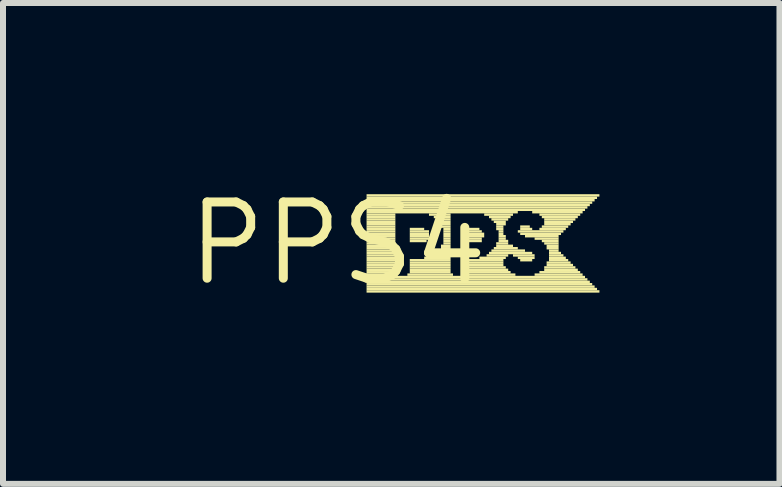
<source format=kicad_pcb>
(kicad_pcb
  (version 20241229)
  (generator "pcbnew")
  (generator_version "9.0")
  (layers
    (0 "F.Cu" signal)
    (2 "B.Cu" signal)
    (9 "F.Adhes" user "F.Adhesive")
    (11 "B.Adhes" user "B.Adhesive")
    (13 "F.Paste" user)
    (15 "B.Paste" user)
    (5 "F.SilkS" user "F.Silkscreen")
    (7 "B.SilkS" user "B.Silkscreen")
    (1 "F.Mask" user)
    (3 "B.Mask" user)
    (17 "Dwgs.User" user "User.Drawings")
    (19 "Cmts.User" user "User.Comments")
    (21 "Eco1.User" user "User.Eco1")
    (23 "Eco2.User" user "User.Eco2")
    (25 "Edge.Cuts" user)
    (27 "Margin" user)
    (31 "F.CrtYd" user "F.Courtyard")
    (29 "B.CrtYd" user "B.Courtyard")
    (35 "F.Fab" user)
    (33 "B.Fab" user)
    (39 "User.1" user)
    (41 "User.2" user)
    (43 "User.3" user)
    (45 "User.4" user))
  (footprint "PPS4"
    (layer "F.Cu")
    (at 2.578 1.006)
    (property "Reference" "PPS4" (at 0 0 0) (layer "F.SilkS") (effects (font (size 1.27 1.27) (thickness 0.15))))
    (fp_poly (pts (xy 0.48 -0.78) (xy 4.36 -0.78) (xy 4.36 -0.82) (xy 0.48 -0.82)) (stroke (width 0) (type default)) (fill yes) (layer "F.SilkS"))
    (fp_poly (pts (xy 0.48 -0.74) (xy 4.32 -0.74) (xy 4.32 -0.78) (xy 0.48 -0.78)) (stroke (width 0) (type default)) (fill yes) (layer "F.SilkS"))
    (fp_poly (pts (xy 0.48 -0.7) (xy 4.28 -0.7) (xy 4.28 -0.74) (xy 0.48 -0.74)) (stroke (width 0) (type default)) (fill yes) (layer "F.SilkS"))
    (fp_poly (pts (xy 0.48 -0.66) (xy 4.24 -0.66) (xy 4.24 -0.7) (xy 0.48 -0.7)) (stroke (width 0) (type default)) (fill yes) (layer "F.SilkS"))
    (fp_poly (pts (xy 0.48 -0.62) (xy 4.2 -0.62) (xy 4.2 -0.66) (xy 0.48 -0.66)) (stroke (width 0) (type default)) (fill yes) (layer "F.SilkS"))
    (fp_poly (pts (xy 0.48 -0.58) (xy 4.16 -0.58) (xy 4.16 -0.62) (xy 0.48 -0.62)) (stroke (width 0) (type default)) (fill yes) (layer "F.SilkS"))
    (fp_poly (pts (xy 0.48 -0.54) (xy 4.12 -0.54) (xy 4.12 -0.58) (xy 0.48 -0.58)) (stroke (width 0) (type default)) (fill yes) (layer "F.SilkS"))
    (fp_poly (pts (xy 0.48 -0.5) (xy 3 -0.5) (xy 3 -0.54) (xy 0.48 -0.54)) (stroke (width 0) (type default)) (fill yes) (layer "F.SilkS"))
    (fp_poly (pts (xy 0.48 -0.46) (xy 0.96 -0.46) (xy 0.96 -0.5) (xy 0.48 -0.5)) (stroke (width 0) (type default)) (fill yes) (layer "F.SilkS"))
    (fp_poly (pts (xy 0.48 -0.42) (xy 0.96 -0.42) (xy 0.96 -0.46) (xy 0.48 -0.46)) (stroke (width 0) (type default)) (fill yes) (layer "F.SilkS"))
    (fp_poly (pts (xy 0.48 -0.38) (xy 0.96 -0.38) (xy 0.96 -0.42) (xy 0.48 -0.42)) (stroke (width 0) (type default)) (fill yes) (layer "F.SilkS"))
    (fp_poly (pts (xy 0.48 -0.34) (xy 0.96 -0.34) (xy 0.96 -0.38) (xy 0.48 -0.38)) (stroke (width 0) (type default)) (fill yes) (layer "F.SilkS"))
    (fp_poly (pts (xy 0.48 -0.3) (xy 0.96 -0.3) (xy 0.96 -0.34) (xy 0.48 -0.34)) (stroke (width 0) (type default)) (fill yes) (layer "F.SilkS"))
    (fp_poly (pts (xy 0.48 -0.26) (xy 0.96 -0.26) (xy 0.96 -0.3) (xy 0.48 -0.3)) (stroke (width 0) (type default)) (fill yes) (layer "F.SilkS"))
    (fp_poly (pts (xy 0.48 -0.22) (xy 0.96 -0.22) (xy 0.96 -0.26) (xy 0.48 -0.26)) (stroke (width 0) (type default)) (fill yes) (layer "F.SilkS"))
    (fp_poly (pts (xy 0.48 -0.18) (xy 0.96 -0.18) (xy 0.96 -0.22) (xy 0.48 -0.22)) (stroke (width 0) (type default)) (fill yes) (layer "F.SilkS"))
    (fp_poly (pts (xy 0.48 -0.14) (xy 0.96 -0.14) (xy 0.96 -0.18) (xy 0.48 -0.18)) (stroke (width 0) (type default)) (fill yes) (layer "F.SilkS"))
    (fp_poly (pts (xy 0.48 -0.1) (xy 0.96 -0.1) (xy 0.96 -0.14) (xy 0.48 -0.14)) (stroke (width 0) (type default)) (fill yes) (layer "F.SilkS"))
    (fp_poly (pts (xy 0.48 -0.06) (xy 0.96 -0.06) (xy 0.96 -0.1) (xy 0.48 -0.1)) (stroke (width 0) (type default)) (fill yes) (layer "F.SilkS"))
    (fp_poly (pts (xy 0.48 -0.02) (xy 0.96 -0.02) (xy 0.96 -0.06) (xy 0.48 -0.06)) (stroke (width 0) (type default)) (fill yes) (layer "F.SilkS"))
    (fp_poly (pts (xy 0.48 0.02) (xy 0.96 0.02) (xy 0.96 -0.02) (xy 0.48 -0.02)) (stroke (width 0) (type default)) (fill yes) (layer "F.SilkS"))
    (fp_poly (pts (xy 0.48 0.06) (xy 0.96 0.06) (xy 0.96 0.02) (xy 0.48 0.02)) (stroke (width 0) (type default)) (fill yes) (layer "F.SilkS"))
    (fp_poly (pts (xy 0.48 0.1) (xy 0.96 0.1) (xy 0.96 0.06) (xy 0.48 0.06)) (stroke (width 0) (type default)) (fill yes) (layer "F.SilkS"))
    (fp_poly (pts (xy 0.48 0.14) (xy 0.96 0.14) (xy 0.96 0.1) (xy 0.48 0.1)) (stroke (width 0) (type default)) (fill yes) (layer "F.SilkS"))
    (fp_poly (pts (xy 0.48 0.18) (xy 0.96 0.18) (xy 0.96 0.14) (xy 0.48 0.14)) (stroke (width 0) (type default)) (fill yes) (layer "F.SilkS"))
    (fp_poly (pts (xy 0.48 0.22) (xy 0.96 0.22) (xy 0.96 0.18) (xy 0.48 0.18)) (stroke (width 0) (type default)) (fill yes) (layer "F.SilkS"))
    (fp_poly (pts (xy 0.48 0.26) (xy 0.96 0.26) (xy 0.96 0.22) (xy 0.48 0.22)) (stroke (width 0) (type default)) (fill yes) (layer "F.SilkS"))
    (fp_poly (pts (xy 0.48 0.3) (xy 0.96 0.3) (xy 0.96 0.26) (xy 0.48 0.26)) (stroke (width 0) (type default)) (fill yes) (layer "F.SilkS"))
    (fp_poly (pts (xy 0.48 0.34) (xy 0.96 0.34) (xy 0.96 0.3) (xy 0.48 0.3)) (stroke (width 0) (type default)) (fill yes) (layer "F.SilkS"))
    (fp_poly (pts (xy 0.48 0.38) (xy 0.96 0.38) (xy 0.96 0.34) (xy 0.48 0.34)) (stroke (width 0) (type default)) (fill yes) (layer "F.SilkS"))
    (fp_poly (pts (xy 0.48 0.42) (xy 0.96 0.42) (xy 0.96 0.38) (xy 0.48 0.38)) (stroke (width 0) (type default)) (fill yes) (layer "F.SilkS"))
    (fp_poly (pts (xy 0.48 0.46) (xy 0.96 0.46) (xy 0.96 0.42) (xy 0.48 0.42)) (stroke (width 0) (type default)) (fill yes) (layer "F.SilkS"))
    (fp_poly (pts (xy 0.48 0.5) (xy 0.96 0.5) (xy 0.96 0.46) (xy 0.48 0.46)) (stroke (width 0) (type default)) (fill yes) (layer "F.SilkS"))
    (fp_poly (pts (xy 0.48 0.54) (xy 1 0.54) (xy 1 0.5) (xy 0.48 0.5)) (stroke (width 0) (type default)) (fill yes) (layer "F.SilkS"))
    (fp_poly (pts (xy 0.48 0.58) (xy 4.12 0.58) (xy 4.12 0.54) (xy 0.48 0.54)) (stroke (width 0) (type default)) (fill yes) (layer "F.SilkS"))
    (fp_poly (pts (xy 0.48 0.62) (xy 4.16 0.62) (xy 4.16 0.58) (xy 0.48 0.58)) (stroke (width 0) (type default)) (fill yes) (layer "F.SilkS"))
    (fp_poly (pts (xy 0.48 0.66) (xy 4.2 0.66) (xy 4.2 0.62) (xy 0.48 0.62)) (stroke (width 0) (type default)) (fill yes) (layer "F.SilkS"))
    (fp_poly (pts (xy 0.48 0.7) (xy 4.24 0.7) (xy 4.24 0.66) (xy 0.48 0.66)) (stroke (width 0) (type default)) (fill yes) (layer "F.SilkS"))
    (fp_poly (pts (xy 0.48 0.74) (xy 4.28 0.74) (xy 4.28 0.7) (xy 0.48 0.7)) (stroke (width 0) (type default)) (fill yes) (layer "F.SilkS"))
    (fp_poly (pts (xy 0.48 0.78) (xy 4.32 0.78) (xy 4.32 0.74) (xy 0.48 0.74)) (stroke (width 0) (type default)) (fill yes) (layer "F.SilkS"))
    (fp_poly (pts (xy 0.48 0.82) (xy 4.36 0.82) (xy 4.36 0.78) (xy 0.48 0.78)) (stroke (width 0) (type default)) (fill yes) (layer "F.SilkS"))
    (fp_poly (pts (xy 1.16 0.54) (xy 1.92 0.54) (xy 1.92 0.5) (xy 1.16 0.5)) (stroke (width 0) (type default)) (fill yes) (layer "F.SilkS"))
    (fp_poly (pts (xy 1.2 -0.22) (xy 1.44 -0.22) (xy 1.44 -0.26) (xy 1.2 -0.26)) (stroke (width 0) (type default)) (fill yes) (layer "F.SilkS"))
    (fp_poly (pts (xy 1.2 -0.18) (xy 1.52 -0.18) (xy 1.52 -0.22) (xy 1.2 -0.22)) (stroke (width 0) (type default)) (fill yes) (layer "F.SilkS"))
    (fp_poly (pts (xy 1.2 -0.14) (xy 1.52 -0.14) (xy 1.52 -0.18) (xy 1.2 -0.18)) (stroke (width 0) (type default)) (fill yes) (layer "F.SilkS"))
    (fp_poly (pts (xy 1.2 -0.1) (xy 1.52 -0.1) (xy 1.52 -0.14) (xy 1.2 -0.14)) (stroke (width 0) (type default)) (fill yes) (layer "F.SilkS"))
    (fp_poly (pts (xy 1.2 -0.06) (xy 1.52 -0.06) (xy 1.52 -0.1) (xy 1.2 -0.1)) (stroke (width 0) (type default)) (fill yes) (layer "F.SilkS"))
    (fp_poly (pts (xy 1.2 -0.02) (xy 1.48 -0.02) (xy 1.48 -0.06) (xy 1.2 -0.06)) (stroke (width 0) (type default)) (fill yes) (layer "F.SilkS"))
    (fp_poly (pts (xy 1.2 0.3) (xy 1.88 0.3) (xy 1.88 0.26) (xy 1.2 0.26)) (stroke (width 0) (type default)) (fill yes) (layer "F.SilkS"))
    (fp_poly (pts (xy 1.2 0.34) (xy 1.88 0.34) (xy 1.88 0.3) (xy 1.2 0.3)) (stroke (width 0) (type default)) (fill yes) (layer "F.SilkS"))
    (fp_poly (pts (xy 1.2 0.38) (xy 1.88 0.38) (xy 1.88 0.34) (xy 1.2 0.34)) (stroke (width 0) (type default)) (fill yes) (layer "F.SilkS"))
    (fp_poly (pts (xy 1.2 0.42) (xy 1.88 0.42) (xy 1.88 0.38) (xy 1.2 0.38)) (stroke (width 0) (type default)) (fill yes) (layer "F.SilkS"))
    (fp_poly (pts (xy 1.2 0.46) (xy 1.88 0.46) (xy 1.88 0.42) (xy 1.2 0.42)) (stroke (width 0) (type default)) (fill yes) (layer "F.SilkS"))
    (fp_poly (pts (xy 1.2 0.5) (xy 1.88 0.5) (xy 1.88 0.46) (xy 1.2 0.46)) (stroke (width 0) (type default)) (fill yes) (layer "F.SilkS"))
    (fp_poly (pts (xy 1.44 0.26) (xy 1.88 0.26) (xy 1.88 0.22) (xy 1.44 0.22)) (stroke (width 0) (type default)) (fill yes) (layer "F.SilkS"))
    (fp_poly (pts (xy 1.52 -0.46) (xy 1.88 -0.46) (xy 1.88 -0.5) (xy 1.52 -0.5)) (stroke (width 0) (type default)) (fill yes) (layer "F.SilkS"))
    (fp_poly (pts (xy 1.56 0.22) (xy 1.88 0.22) (xy 1.88 0.18) (xy 1.56 0.18)) (stroke (width 0) (type default)) (fill yes) (layer "F.SilkS"))
    (fp_poly (pts (xy 1.6 -0.42) (xy 1.88 -0.42) (xy 1.88 -0.46) (xy 1.6 -0.46)) (stroke (width 0) (type default)) (fill yes) (layer "F.SilkS"))
    (fp_poly (pts (xy 1.64 -0.38) (xy 1.88 -0.38) (xy 1.88 -0.42) (xy 1.64 -0.42)) (stroke (width 0) (type default)) (fill yes) (layer "F.SilkS"))
    (fp_poly (pts (xy 1.64 0.18) (xy 1.88 0.18) (xy 1.88 0.14) (xy 1.64 0.14)) (stroke (width 0) (type default)) (fill yes) (layer "F.SilkS"))
    (fp_poly (pts (xy 1.68 -0.34) (xy 1.88 -0.34) (xy 1.88 -0.38) (xy 1.68 -0.38)) (stroke (width 0) (type default)) (fill yes) (layer "F.SilkS"))
    (fp_poly (pts (xy 1.68 0.14) (xy 1.88 0.14) (xy 1.88 0.1) (xy 1.68 0.1)) (stroke (width 0) (type default)) (fill yes) (layer "F.SilkS"))
    (fp_poly (pts (xy 1.72 -0.3) (xy 1.88 -0.3) (xy 1.88 -0.34) (xy 1.72 -0.34)) (stroke (width 0) (type default)) (fill yes) (layer "F.SilkS"))
    (fp_poly (pts (xy 1.72 -0.26) (xy 1.88 -0.26) (xy 1.88 -0.3) (xy 1.72 -0.3)) (stroke (width 0) (type default)) (fill yes) (layer "F.SilkS"))
    (fp_poly (pts (xy 1.72 0.06) (xy 1.88 0.06) (xy 1.88 0.02) (xy 1.72 0.02)) (stroke (width 0) (type default)) (fill yes) (layer "F.SilkS"))
    (fp_poly (pts (xy 1.72 0.1) (xy 1.88 0.1) (xy 1.88 0.06) (xy 1.72 0.06)) (stroke (width 0) (type default)) (fill yes) (layer "F.SilkS"))
    (fp_poly (pts (xy 1.76 -0.22) (xy 1.88 -0.22) (xy 1.88 -0.26) (xy 1.76 -0.26)) (stroke (width 0) (type default)) (fill yes) (layer "F.SilkS"))
    (fp_poly (pts (xy 1.76 -0.18) (xy 1.88 -0.18) (xy 1.88 -0.22) (xy 1.76 -0.22)) (stroke (width 0) (type default)) (fill yes) (layer "F.SilkS"))
    (fp_poly (pts (xy 1.76 -0.14) (xy 1.88 -0.14) (xy 1.88 -0.18) (xy 1.76 -0.18)) (stroke (width 0) (type default)) (fill yes) (layer "F.SilkS"))
    (fp_poly (pts (xy 1.76 -0.1) (xy 1.88 -0.1) (xy 1.88 -0.14) (xy 1.76 -0.14)) (stroke (width 0) (type default)) (fill yes) (layer "F.SilkS"))
    (fp_poly (pts (xy 1.76 -0.06) (xy 1.88 -0.06) (xy 1.88 -0.1) (xy 1.76 -0.1)) (stroke (width 0) (type default)) (fill yes) (layer "F.SilkS"))
    (fp_poly (pts (xy 1.76 -0.02) (xy 1.88 -0.02) (xy 1.88 -0.06) (xy 1.76 -0.06)) (stroke (width 0) (type default)) (fill yes) (layer "F.SilkS"))
    (fp_poly (pts (xy 1.76 0.02) (xy 1.88 0.02) (xy 1.88 -0.02) (xy 1.76 -0.02)) (stroke (width 0) (type default)) (fill yes) (layer "F.SilkS"))
    (fp_poly (pts (xy 2.08 0.54) (xy 2.96 0.54) (xy 2.96 0.5) (xy 2.08 0.5)) (stroke (width 0) (type default)) (fill yes) (layer "F.SilkS"))
    (fp_poly (pts (xy 2.12 -0.22) (xy 2.36 -0.22) (xy 2.36 -0.26) (xy 2.12 -0.26)) (stroke (width 0) (type default)) (fill yes) (layer "F.SilkS"))
    (fp_poly (pts (xy 2.12 -0.18) (xy 2.4 -0.18) (xy 2.4 -0.22) (xy 2.12 -0.22)) (stroke (width 0) (type default)) (fill yes) (layer "F.SilkS"))
    (fp_poly (pts (xy 2.12 -0.14) (xy 2.44 -0.14) (xy 2.44 -0.18) (xy 2.12 -0.18)) (stroke (width 0) (type default)) (fill yes) (layer "F.SilkS"))
    (fp_poly (pts (xy 2.12 -0.1) (xy 2.44 -0.1) (xy 2.44 -0.14) (xy 2.12 -0.14)) (stroke (width 0) (type default)) (fill yes) (layer "F.SilkS"))
    (fp_poly (pts (xy 2.12 -0.06) (xy 2.4 -0.06) (xy 2.4 -0.1) (xy 2.12 -0.1)) (stroke (width 0) (type default)) (fill yes) (layer "F.SilkS"))
    (fp_poly (pts (xy 2.12 -0.02) (xy 2.4 -0.02) (xy 2.4 -0.06) (xy 2.12 -0.06)) (stroke (width 0) (type default)) (fill yes) (layer "F.SilkS"))
    (fp_poly (pts (xy 2.12 0.3) (xy 2.76 0.3) (xy 2.76 0.26) (xy 2.12 0.26)) (stroke (width 0) (type default)) (fill yes) (layer "F.SilkS"))
    (fp_poly (pts (xy 2.12 0.34) (xy 2.76 0.34) (xy 2.76 0.3) (xy 2.12 0.3)) (stroke (width 0) (type default)) (fill yes) (layer "F.SilkS"))
    (fp_poly (pts (xy 2.12 0.38) (xy 2.76 0.38) (xy 2.76 0.34) (xy 2.12 0.34)) (stroke (width 0) (type default)) (fill yes) (layer "F.SilkS"))
    (fp_poly (pts (xy 2.12 0.42) (xy 2.8 0.42) (xy 2.8 0.38) (xy 2.12 0.38)) (stroke (width 0) (type default)) (fill yes) (layer "F.SilkS"))
    (fp_poly (pts (xy 2.12 0.46) (xy 2.84 0.46) (xy 2.84 0.42) (xy 2.12 0.42)) (stroke (width 0) (type default)) (fill yes) (layer "F.SilkS"))
    (fp_poly (pts (xy 2.12 0.5) (xy 2.88 0.5) (xy 2.88 0.46) (xy 2.12 0.46)) (stroke (width 0) (type default)) (fill yes) (layer "F.SilkS"))
    (fp_poly (pts (xy 2.36 0.26) (xy 2.8 0.26) (xy 2.8 0.22) (xy 2.36 0.22)) (stroke (width 0) (type default)) (fill yes) (layer "F.SilkS"))
    (fp_poly (pts (xy 2.44 -0.46) (xy 2.92 -0.46) (xy 2.92 -0.5) (xy 2.44 -0.5)) (stroke (width 0) (type default)) (fill yes) (layer "F.SilkS"))
    (fp_poly (pts (xy 2.48 0.22) (xy 2.84 0.22) (xy 2.84 0.18) (xy 2.48 0.18)) (stroke (width 0) (type default)) (fill yes) (layer "F.SilkS"))
    (fp_poly (pts (xy 2.52 -0.42) (xy 2.88 -0.42) (xy 2.88 -0.46) (xy 2.52 -0.46)) (stroke (width 0) (type default)) (fill yes) (layer "F.SilkS"))
    (fp_poly (pts (xy 2.52 0.18) (xy 3.24 0.18) (xy 3.24 0.14) (xy 2.52 0.14)) (stroke (width 0) (type default)) (fill yes) (layer "F.SilkS"))
    (fp_poly (pts (xy 2.56 -0.38) (xy 2.84 -0.38) (xy 2.84 -0.42) (xy 2.56 -0.42)) (stroke (width 0) (type default)) (fill yes) (layer "F.SilkS"))
    (fp_poly (pts (xy 2.56 0.14) (xy 3.12 0.14) (xy 3.12 0.1) (xy 2.56 0.1)) (stroke (width 0) (type default)) (fill yes) (layer "F.SilkS"))
    (fp_poly (pts (xy 2.6 -0.34) (xy 2.8 -0.34) (xy 2.8 -0.38) (xy 2.6 -0.38)) (stroke (width 0) (type default)) (fill yes) (layer "F.SilkS"))
    (fp_poly (pts (xy 2.6 0.1) (xy 3 0.1) (xy 3 0.06) (xy 2.6 0.06)) (stroke (width 0) (type default)) (fill yes) (layer "F.SilkS"))
    (fp_poly (pts (xy 2.64 -0.3) (xy 2.8 -0.3) (xy 2.8 -0.34) (xy 2.64 -0.34)) (stroke (width 0) (type default)) (fill yes) (layer "F.SilkS"))
    (fp_poly (pts (xy 2.64 -0.26) (xy 2.76 -0.26) (xy 2.76 -0.3) (xy 2.64 -0.3)) (stroke (width 0) (type default)) (fill yes) (layer "F.SilkS"))
    (fp_poly (pts (xy 2.64 -0.22) (xy 2.76 -0.22) (xy 2.76 -0.26) (xy 2.64 -0.26)) (stroke (width 0) (type default)) (fill yes) (layer "F.SilkS"))
    (fp_poly (pts (xy 2.64 0.02) (xy 2.84 0.02) (xy 2.84 -0.02) (xy 2.64 -0.02)) (stroke (width 0) (type default)) (fill yes) (layer "F.SilkS"))
    (fp_poly (pts (xy 2.64 0.06) (xy 2.92 0.06) (xy 2.92 0.02) (xy 2.64 0.02)) (stroke (width 0) (type default)) (fill yes) (layer "F.SilkS"))
    (fp_poly (pts (xy 2.68 -0.18) (xy 2.76 -0.18) (xy 2.76 -0.22) (xy 2.68 -0.22)) (stroke (width 0) (type default)) (fill yes) (layer "F.SilkS"))
    (fp_poly (pts (xy 2.68 -0.14) (xy 2.76 -0.14) (xy 2.76 -0.18) (xy 2.68 -0.18)) (stroke (width 0) (type default)) (fill yes) (layer "F.SilkS"))
    (fp_poly (pts (xy 2.68 -0.1) (xy 2.8 -0.1) (xy 2.8 -0.14) (xy 2.68 -0.14)) (stroke (width 0) (type default)) (fill yes) (layer "F.SilkS"))
    (fp_poly (pts (xy 2.68 -0.06) (xy 2.8 -0.06) (xy 2.8 -0.1) (xy 2.68 -0.1)) (stroke (width 0) (type default)) (fill yes) (layer "F.SilkS"))
    (fp_poly (pts (xy 2.68 -0.02) (xy 2.84 -0.02) (xy 2.84 -0.06) (xy 2.68 -0.06)) (stroke (width 0) (type default)) (fill yes) (layer "F.SilkS"))
    (fp_poly (pts (xy 2.92 0.22) (xy 3.28 0.22) (xy 3.28 0.18) (xy 2.92 0.18)) (stroke (width 0) (type default)) (fill yes) (layer "F.SilkS"))
    (fp_poly (pts (xy 3 -0.18) (xy 3.76 -0.18) (xy 3.76 -0.22) (xy 3 -0.22)) (stroke (width 0) (type default)) (fill yes) (layer "F.SilkS"))
    (fp_poly (pts (xy 3 0.26) (xy 3.28 0.26) (xy 3.28 0.22) (xy 3 0.22)) (stroke (width 0) (type default)) (fill yes) (layer "F.SilkS"))
    (fp_poly (pts (xy 3.04 -0.26) (xy 3.2 -0.26) (xy 3.2 -0.3) (xy 3.04 -0.3)) (stroke (width 0) (type default)) (fill yes) (layer "F.SilkS"))
    (fp_poly (pts (xy 3.04 -0.22) (xy 3.24 -0.22) (xy 3.24 -0.26) (xy 3.04 -0.26)) (stroke (width 0) (type default)) (fill yes) (layer "F.SilkS"))
    (fp_poly (pts (xy 3.04 -0.14) (xy 3.72 -0.14) (xy 3.72 -0.18) (xy 3.04 -0.18)) (stroke (width 0) (type default)) (fill yes) (layer "F.SilkS"))
    (fp_poly (pts (xy 3.04 0.3) (xy 3.24 0.3) (xy 3.24 0.26) (xy 3.04 0.26)) (stroke (width 0) (type default)) (fill yes) (layer "F.SilkS"))
    (fp_poly (pts (xy 3.12 -0.1) (xy 3.68 -0.1) (xy 3.68 -0.14) (xy 3.12 -0.14)) (stroke (width 0) (type default)) (fill yes) (layer "F.SilkS"))
    (fp_poly (pts (xy 3.24 -0.5) (xy 4.08 -0.5) (xy 4.08 -0.54) (xy 3.24 -0.54)) (stroke (width 0) (type default)) (fill yes) (layer "F.SilkS"))
    (fp_poly (pts (xy 3.28 -0.06) (xy 3.68 -0.06) (xy 3.68 -0.1) (xy 3.28 -0.1)) (stroke (width 0) (type default)) (fill yes) (layer "F.SilkS"))
    (fp_poly (pts (xy 3.28 0.54) (xy 4.08 0.54) (xy 4.08 0.5) (xy 3.28 0.5)) (stroke (width 0) (type default)) (fill yes) (layer "F.SilkS"))
    (fp_poly (pts (xy 3.36 -0.46) (xy 4.04 -0.46) (xy 4.04 -0.5) (xy 3.36 -0.5)) (stroke (width 0) (type default)) (fill yes) (layer "F.SilkS"))
    (fp_poly (pts (xy 3.36 -0.22) (xy 3.8 -0.22) (xy 3.8 -0.26) (xy 3.36 -0.26)) (stroke (width 0) (type default)) (fill yes) (layer "F.SilkS"))
    (fp_poly (pts (xy 3.36 0.5) (xy 4.04 0.5) (xy 4.04 0.46) (xy 3.36 0.46)) (stroke (width 0) (type default)) (fill yes) (layer "F.SilkS"))
    (fp_poly (pts (xy 3.4 -0.42) (xy 4 -0.42) (xy 4 -0.46) (xy 3.4 -0.46)) (stroke (width 0) (type default)) (fill yes) (layer "F.SilkS"))
    (fp_poly (pts (xy 3.4 -0.26) (xy 3.84 -0.26) (xy 3.84 -0.3) (xy 3.4 -0.3)) (stroke (width 0) (type default)) (fill yes) (layer "F.SilkS"))
    (fp_poly (pts (xy 3.4 -0.02) (xy 3.68 -0.02) (xy 3.68 -0.06) (xy 3.4 -0.06)) (stroke (width 0) (type default)) (fill yes) (layer "F.SilkS"))
    (fp_poly (pts (xy 3.44 -0.38) (xy 3.96 -0.38) (xy 3.96 -0.42) (xy 3.44 -0.42)) (stroke (width 0) (type default)) (fill yes) (layer "F.SilkS"))
    (fp_poly (pts (xy 3.44 -0.34) (xy 3.92 -0.34) (xy 3.92 -0.38) (xy 3.44 -0.38)) (stroke (width 0) (type default)) (fill yes) (layer "F.SilkS"))
    (fp_poly (pts (xy 3.44 -0.3) (xy 3.88 -0.3) (xy 3.88 -0.34) (xy 3.44 -0.34)) (stroke (width 0) (type default)) (fill yes) (layer "F.SilkS"))
    (fp_poly (pts (xy 3.44 0.02) (xy 3.68 0.02) (xy 3.68 -0.02) (xy 3.44 -0.02)) (stroke (width 0) (type default)) (fill yes) (layer "F.SilkS"))
    (fp_poly (pts (xy 3.44 0.42) (xy 3.96 0.42) (xy 3.96 0.38) (xy 3.44 0.38)) (stroke (width 0) (type default)) (fill yes) (layer "F.SilkS"))
    (fp_poly (pts (xy 3.44 0.46) (xy 4 0.46) (xy 4 0.42) (xy 3.44 0.42)) (stroke (width 0) (type default)) (fill yes) (layer "F.SilkS"))
    (fp_poly (pts (xy 3.48 0.06) (xy 3.68 0.06) (xy 3.68 0.02) (xy 3.48 0.02)) (stroke (width 0) (type default)) (fill yes) (layer "F.SilkS"))
    (fp_poly (pts (xy 3.48 0.1) (xy 3.68 0.1) (xy 3.68 0.06) (xy 3.48 0.06)) (stroke (width 0) (type default)) (fill yes) (layer "F.SilkS"))
    (fp_poly (pts (xy 3.48 0.34) (xy 3.88 0.34) (xy 3.88 0.3) (xy 3.48 0.3)) (stroke (width 0) (type default)) (fill yes) (layer "F.SilkS"))
    (fp_poly (pts (xy 3.48 0.38) (xy 3.92 0.38) (xy 3.92 0.34) (xy 3.48 0.34)) (stroke (width 0) (type default)) (fill yes) (layer "F.SilkS"))
    (fp_poly (pts (xy 3.52 0.14) (xy 3.68 0.14) (xy 3.68 0.1) (xy 3.52 0.1)) (stroke (width 0) (type default)) (fill yes) (layer "F.SilkS"))
    (fp_poly (pts (xy 3.52 0.18) (xy 3.72 0.18) (xy 3.72 0.14) (xy 3.52 0.14)) (stroke (width 0) (type default)) (fill yes) (layer "F.SilkS"))
    (fp_poly (pts (xy 3.52 0.22) (xy 3.76 0.22) (xy 3.76 0.18) (xy 3.52 0.18)) (stroke (width 0) (type default)) (fill yes) (layer "F.SilkS"))
    (fp_poly (pts (xy 3.52 0.26) (xy 3.8 0.26) (xy 3.8 0.22) (xy 3.52 0.22)) (stroke (width 0) (type default)) (fill yes) (layer "F.SilkS"))
    (fp_poly (pts (xy 3.52 0.3) (xy 3.84 0.3) (xy 3.84 0.26) (xy 3.52 0.26)) (stroke (width 0) (type default)) (fill yes) (layer "F.SilkS")))
  (gr_rect
    (start -3 -3)
    (end 9.938 5.012)
    (stroke (width 0.1) (type default))
    (fill no)
    (layer "Edge.Cuts")))
</source>
